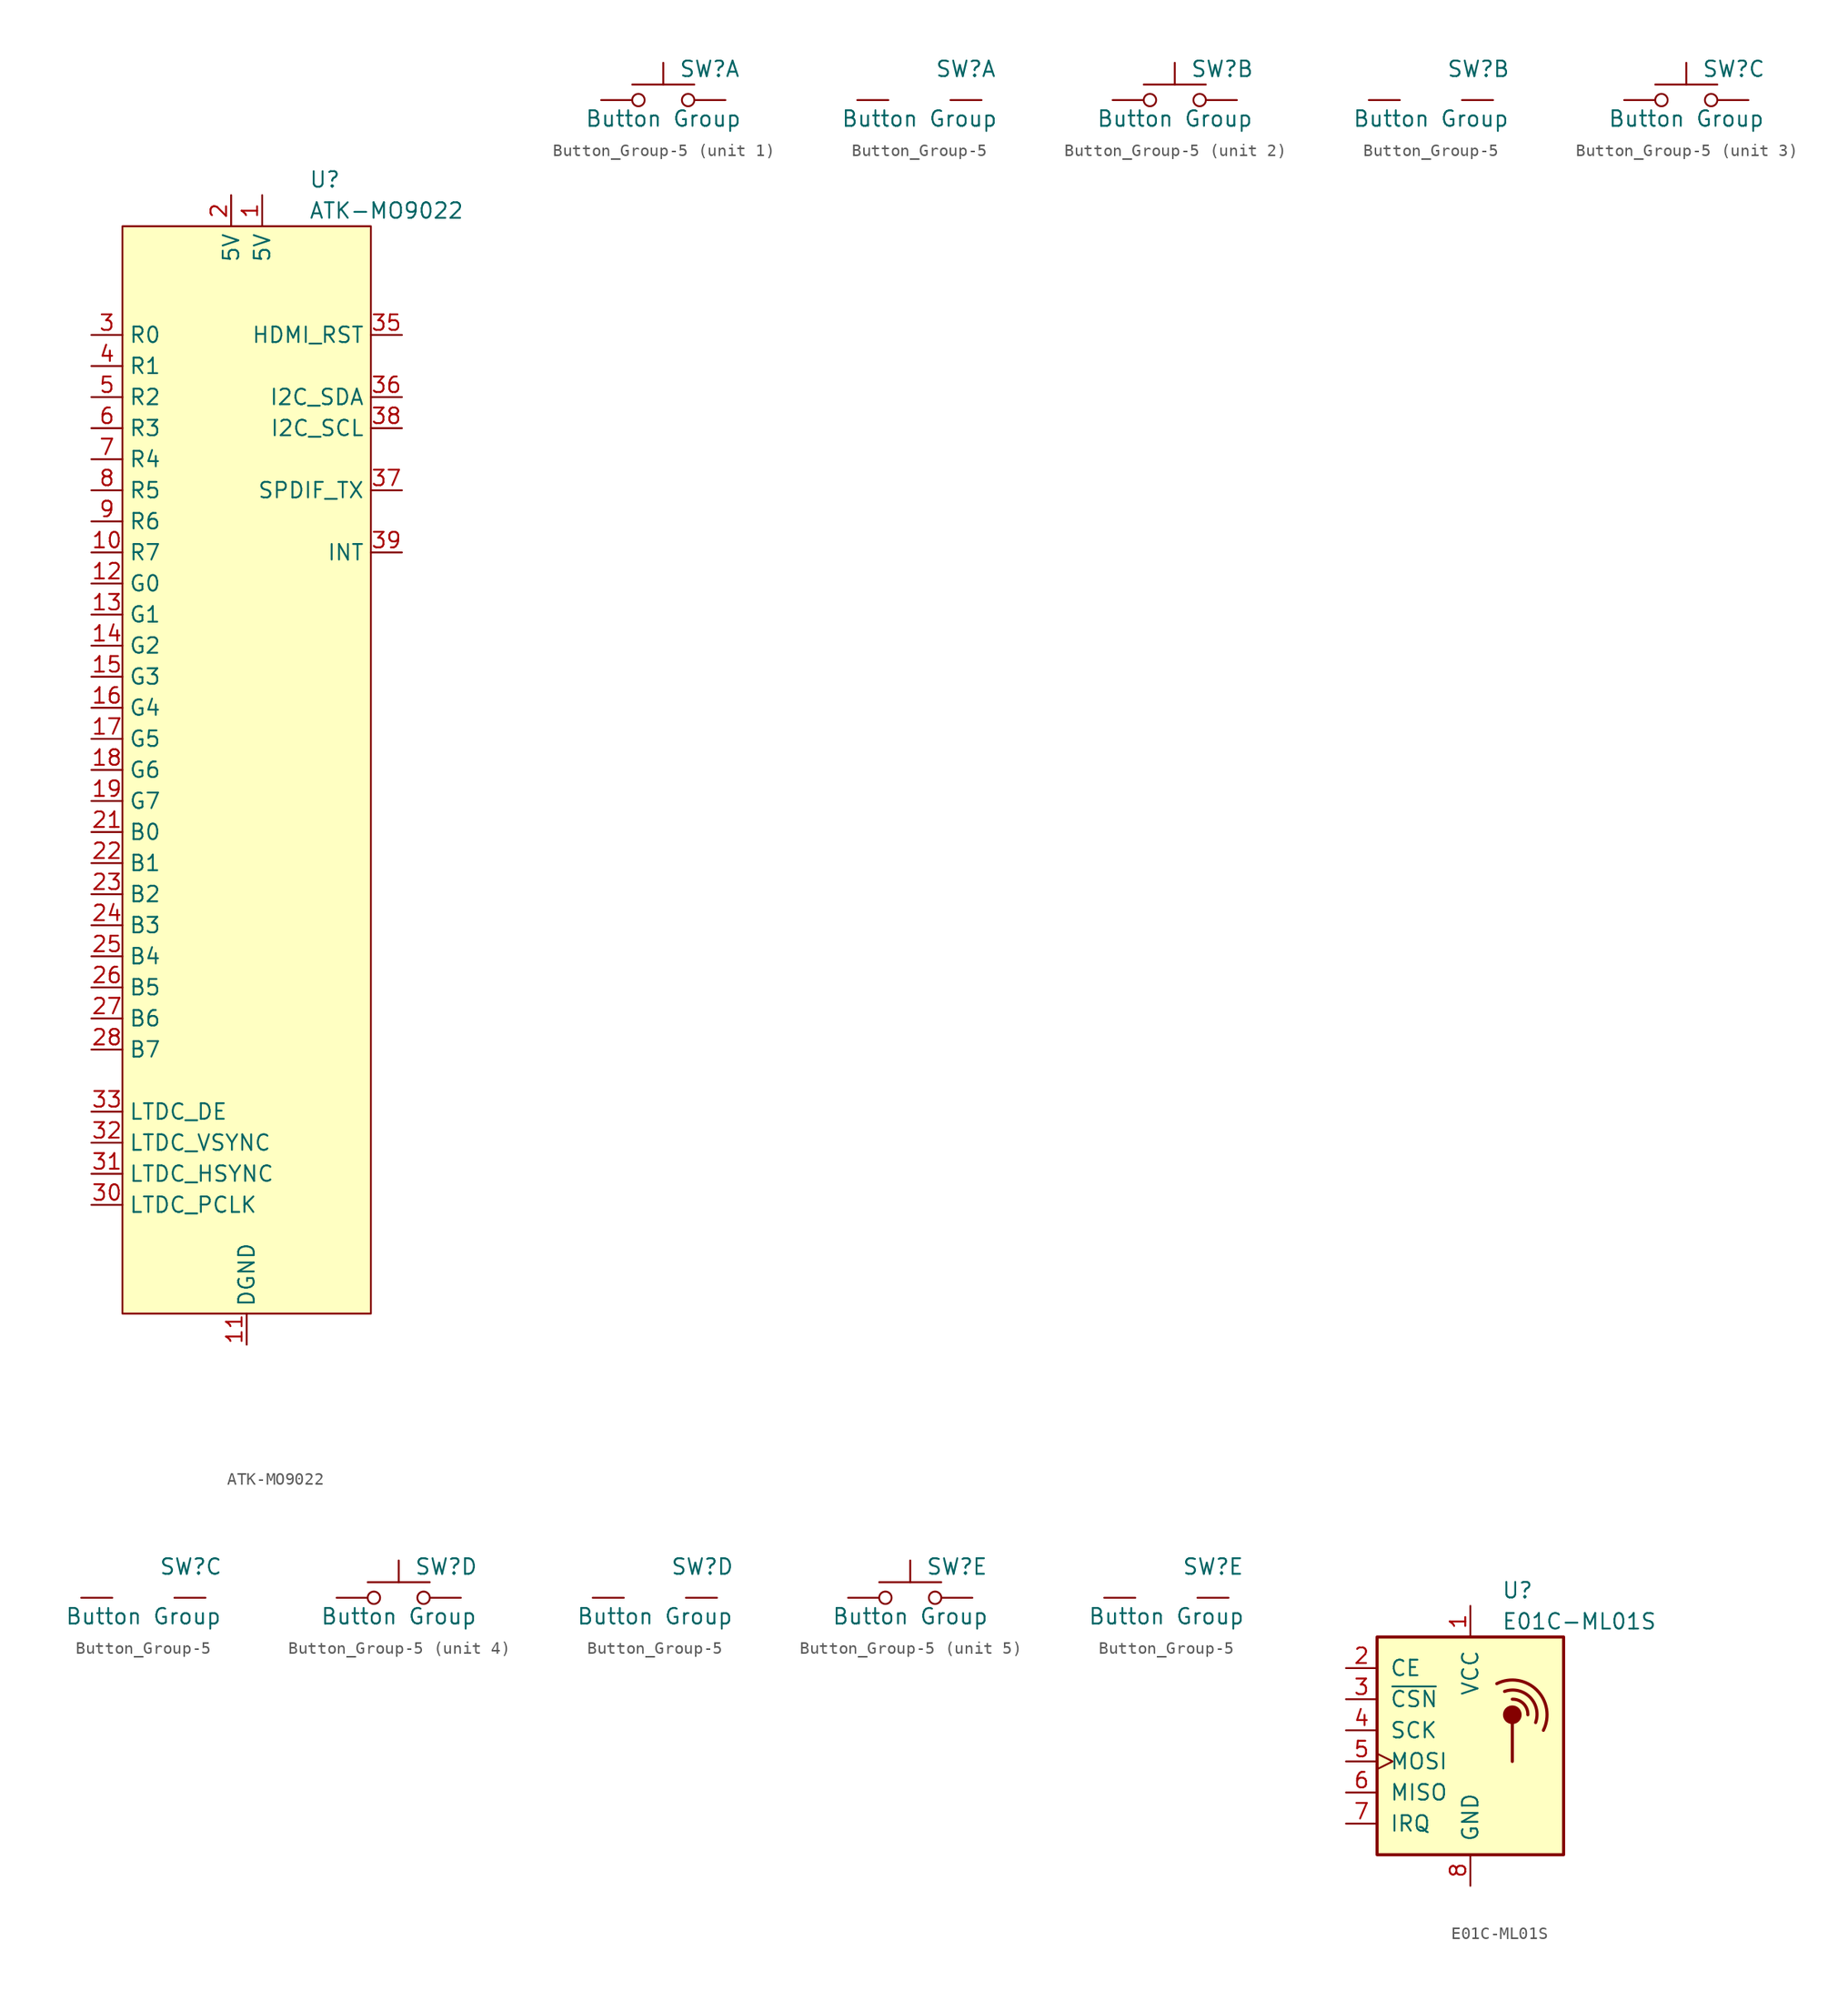
<source format=kicad_sym>
(kicad_symbol_lib
  (version 20241209)
  (generator "kicad_symbol_editor")
  (generator_version "9.0")
  (symbol "ATK-MO9022"
    (property "Reference" "U"
      (at 5.08 48.26 0)
      (effects (font (size 1.27 1.27)) (justify left)))
    (property "Value" "ATK-MO9022"
      (at 5.08 45.72 0)
      (effects (font (size 1.27 1.27)) (justify left)))
    (symbol "ATK-MO9022_0_1"
      (rectangle (start -10.16 44.45) (end 10.16 -44.45) (stroke (width 0) (type default)) (fill (type background))))
    (symbol "ATK-MO9022_1_1"
      (pin input line (at -12.7 35.56 0) (length 2.54) (name "R0" (effects (font (size 1.27 1.27)))) (number "3" (effects (font (size 1.27 1.27)))))
      (pin input line (at -12.7 33.02 0) (length 2.54) (name "R1" (effects (font (size 1.27 1.27)))) (number "4" (effects (font (size 1.27 1.27)))))
      (pin input line (at -12.7 30.48 0) (length 2.54) (name "R2" (effects (font (size 1.27 1.27)))) (number "5" (effects (font (size 1.27 1.27)))))
      (pin input line (at -12.7 27.94 0) (length 2.54) (name "R3" (effects (font (size 1.27 1.27)))) (number "6" (effects (font (size 1.27 1.27)))))
      (pin input line (at -12.7 25.4 0) (length 2.54) (name "R4" (effects (font (size 1.27 1.27)))) (number "7" (effects (font (size 1.27 1.27)))))
      (pin input line (at -12.7 22.86 0) (length 2.54) (name "R5" (effects (font (size 1.27 1.27)))) (number "8" (effects (font (size 1.27 1.27)))))
      (pin input line (at -12.7 20.32 0) (length 2.54) (name "R6" (effects (font (size 1.27 1.27)))) (number "9" (effects (font (size 1.27 1.27)))))
      (pin input line (at -12.7 17.78 0) (length 2.54) (name "R7" (effects (font (size 1.27 1.27)))) (number "10" (effects (font (size 1.27 1.27)))))
      (pin input line (at -12.7 15.24 0) (length 2.54) (name "G0" (effects (font (size 1.27 1.27)))) (number "12" (effects (font (size 1.27 1.27)))))
      (pin input line (at -12.7 12.7 0) (length 2.54) (name "G1" (effects (font (size 1.27 1.27)))) (number "13" (effects (font (size 1.27 1.27)))))
      (pin input line (at -12.7 10.16 0) (length 2.54) (name "G2" (effects (font (size 1.27 1.27)))) (number "14" (effects (font (size 1.27 1.27)))))
      (pin input line (at -12.7 7.62 0) (length 2.54) (name "G3" (effects (font (size 1.27 1.27)))) (number "15" (effects (font (size 1.27 1.27)))))
      (pin input line (at -12.7 5.08 0) (length 2.54) (name "G4" (effects (font (size 1.27 1.27)))) (number "16" (effects (font (size 1.27 1.27)))))
      (pin input line (at -12.7 2.54 0) (length 2.54) (name "G5" (effects (font (size 1.27 1.27)))) (number "17" (effects (font (size 1.27 1.27)))))
      (pin input line (at -12.7 0 0) (length 2.54) (name "G6" (effects (font (size 1.27 1.27)))) (number "18" (effects (font (size 1.27 1.27)))))
      (pin input line (at -12.7 -2.54 0) (length 2.54) (name "G7" (effects (font (size 1.27 1.27)))) (number "19" (effects (font (size 1.27 1.27)))))
      (pin input line (at -12.7 -5.08 0) (length 2.54) (name "B0" (effects (font (size 1.27 1.27)))) (number "21" (effects (font (size 1.27 1.27)))))
      (pin input line (at -12.7 -7.62 0) (length 2.54) (name "B1" (effects (font (size 1.27 1.27)))) (number "22" (effects (font (size 1.27 1.27)))))
      (pin input line (at -12.7 -10.16 0) (length 2.54) (name "B2" (effects (font (size 1.27 1.27)))) (number "23" (effects (font (size 1.27 1.27)))))
      (pin input line (at -12.7 -12.7 0) (length 2.54) (name "B3" (effects (font (size 1.27 1.27)))) (number "24" (effects (font (size 1.27 1.27)))))
      (pin input line (at -12.7 -15.24 0) (length 2.54) (name "B4" (effects (font (size 1.27 1.27)))) (number "25" (effects (font (size 1.27 1.27)))))
      (pin input line (at -12.7 -17.78 0) (length 2.54) (name "B5" (effects (font (size 1.27 1.27)))) (number "26" (effects (font (size 1.27 1.27)))))
      (pin input line (at -12.7 -20.32 0) (length 2.54) (name "B6" (effects (font (size 1.27 1.27)))) (number "27" (effects (font (size 1.27 1.27)))))
      (pin input line (at -12.7 -22.86 0) (length 2.54) (name "B7" (effects (font (size 1.27 1.27)))) (number "28" (effects (font (size 1.27 1.27)))))
      (pin input line (at -12.7 -27.94 0) (length 2.54) (name "LTDC_DE" (effects (font (size 1.27 1.27)))) (number "33" (effects (font (size 1.27 1.27)))))
      (pin input line (at -12.7 -30.48 0) (length 2.54) (name "LTDC_VSYNC" (effects (font (size 1.27 1.27)))) (number "32" (effects (font (size 1.27 1.27)))))
      (pin input line (at -12.7 -33.02 0) (length 2.54) (name "LTDC_HSYNC" (effects (font (size 1.27 1.27)))) (number "31" (effects (font (size 1.27 1.27)))))
      (pin input line (at -12.7 -35.56 0) (length 2.54) (name "LTDC_PCLK" (effects (font (size 1.27 1.27)))) (number "30" (effects (font (size 1.27 1.27)))))
      (pin power_in line (at -1.27 46.99 270) (length 2.54) (name "5V" (effects (font (size 1.27 1.27)))) (number "2" (effects (font (size 1.27 1.27)))))
      (pin power_in line (at 0 -46.99 90) (length 2.54) (name "DGND" (effects (font (size 1.27 1.27)))) (number "11" (effects (font (size 1.27 1.27)))))
      (pin power_in line (at 0 -46.99 90) (length 2.54) (hide yes) (name "DGND" (effects (font (size 1.27 1.27)))) (number "20" (effects (font (size 1.27 1.27)))))
      (pin power_in line (at 0 -46.99 90) (length 2.54) (hide yes) (name "DGND" (effects (font (size 1.27 1.27)))) (number "29" (effects (font (size 1.27 1.27)))))
      (pin power_in line (at 1.27 46.99 270) (length 2.54) (name "5V" (effects (font (size 1.27 1.27)))) (number "1" (effects (font (size 1.27 1.27)))))
      (pin input line (at 12.7 35.56 180) (length 2.54) (name "HDMI_RST" (effects (font (size 1.27 1.27)))) (number "35" (effects (font (size 1.27 1.27)))))
      (pin bidirectional line (at 12.7 30.48 180) (length 2.54) (name "I2C_SDA" (effects (font (size 1.27 1.27)))) (number "36" (effects (font (size 1.27 1.27)))))
      (pin bidirectional line (at 12.7 27.94 180) (length 2.54) (name "I2C_SCL" (effects (font (size 1.27 1.27)))) (number "38" (effects (font (size 1.27 1.27)))))
      (pin input line (at 12.7 22.86 180) (length 2.54) (name "SPDIF_TX" (effects (font (size 1.27 1.27)))) (number "37" (effects (font (size 1.27 1.27)))))
      (pin output line (at 12.7 17.78 180) (length 2.54) (name "INT" (effects (font (size 1.27 1.27)))) (number "39" (effects (font (size 1.27 1.27)))))
      (pin no_connect line (at 12.7 -10.16 180) (length 2.54) (hide yes) (name "NC" (effects (font (size 1.27 1.27)))) (number "34" (effects (font (size 1.27 1.27)))))
      (pin no_connect line (at 12.7 -12.7 180) (length 2.54) (hide yes) (name "NC" (effects (font (size 1.27 1.27)))) (number "40" (effects (font (size 1.27 1.27)))))))
  (symbol "Button_Group-5"
    (pin_numbers
      (hide yes))
    (pin_names
      (offset 1.016)
      (hide yes))
    (property "Reference" "SW"
      (at 1.27 2.54 0)
      (effects (font (size 1.27 1.27)) (justify left)))
    (property "Value" "Button Group"
      (at 0 -1.524 0)
      (effects (font (size 1.27 1.27))))
    (symbol "Button_Group-5_0_1"
      (circle (center -2.032 0) (radius 0.508) (stroke (width 0) (type default)) (fill (type none)))
      (polyline (pts (xy 0 1.27) (xy 0 3.048)) (stroke (width 0) (type default)) (fill (type none)))
      (circle (center 2.032 0) (radius 0.508) (stroke (width 0) (type default)) (fill (type none)))
      (polyline (pts (xy 2.54 1.27) (xy -2.54 1.27)) (stroke (width 0) (type default)) (fill (type none))))
    (symbol "Button_Group-5_0_2"
      (pin passive line (at -5.08 0 0) (length 2.54) (name "9" (effects (font (size 1.27 1.27)))) (number "9" (effects (font (size 1.27 1.27)))))
      (pin passive line (at 5.08 0 180) (length 2.54) (name "10" (effects (font (size 1.27 1.27)))) (number "10" (effects (font (size 1.27 1.27))))))
    (symbol "Button_Group-5_1_1"
      (pin passive line (at -5.08 0 0) (length 2.54) (name "1" (effects (font (size 1.27 1.27)))) (number "1" (effects (font (size 1.27 1.27)))))
      (pin passive line (at 5.08 0 180) (length 2.54) (name "2" (effects (font (size 1.27 1.27)))) (number "2" (effects (font (size 1.27 1.27))))))
    (symbol "Button_Group-5_2_1"
      (pin passive line (at -5.08 0 0) (length 2.54) (name "3" (effects (font (size 1.27 1.27)))) (number "3" (effects (font (size 1.27 1.27)))))
      (pin passive line (at 5.08 0 180) (length 2.54) (name "4" (effects (font (size 1.27 1.27)))) (number "4" (effects (font (size 1.27 1.27))))))
    (symbol "Button_Group-5_3_1"
      (pin passive line (at -5.08 0 0) (length 2.54) (name "5" (effects (font (size 1.27 1.27)))) (number "5" (effects (font (size 1.27 1.27)))))
      (pin passive line (at 5.08 0 180) (length 2.54) (name "6" (effects (font (size 1.27 1.27)))) (number "6" (effects (font (size 1.27 1.27))))))
    (symbol "Button_Group-5_4_1"
      (pin passive line (at -5.08 0 0) (length 2.54) (name "7" (effects (font (size 1.27 1.27)))) (number "7" (effects (font (size 1.27 1.27)))))
      (pin passive line (at 5.08 0 180) (length 2.54) (name "8" (effects (font (size 1.27 1.27)))) (number "8" (effects (font (size 1.27 1.27))))))
    (symbol "Button_Group-5_5_1"
      (pin passive line (at -5.08 0 0) (length 2.54) (name "9" (effects (font (size 1.27 1.27)))) (number "9" (effects (font (size 1.27 1.27)))))
      (pin passive line (at 5.08 0 180) (length 2.54) (name "10" (effects (font (size 1.27 1.27)))) (number "10" (effects (font (size 1.27 1.27)))))))
  (symbol "E01C-ML01S"
    (pin_names
      (offset 1.016))
    (property "Reference" "U"
      (at 2.54 11.43 0)
      (effects (font (size 1.27 1.27)) (justify left)))
    (property "Value" "E01C-ML01S"
      (at 2.54 8.89 0)
      (effects (font (size 1.27 1.27)) (justify left)))
    (symbol "E01C-ML01S_0_1"
      (rectangle (start -7.62 7.62) (end 7.62 -10.16) (stroke (width 0.254) (type default)) (fill (type background)))
      (arc (start 2.159 3.81) (mid 5.437 3.278) (end 5.969 0) (stroke (width 0.254) (type default)) (fill (type none)))
      (circle (center 3.429 1.27) (radius 0.635) (stroke (width 0.254) (type default)) (fill (type outline)))
      (polyline (pts (xy 3.429 0.635) (xy 3.429 -2.54)) (stroke (width 0.254) (type default)) (fill (type none)))
      (arc (start 2.794 3.175) (mid 4.8675 2.7085) (end 5.334 0.635) (stroke (width 0.254) (type default)) (fill (type none)))
      (arc (start 3.429 2.54) (mid 4.3398 2.1808) (end 4.699 1.27) (stroke (width 0.254) (type default)) (fill (type none))))
    (symbol "E01C-ML01S_1_1"
      (pin input line (at -10.16 5.08 0) (length 2.54) (name "CE" (effects (font (size 1.27 1.27)))) (number "2" (effects (font (size 1.27 1.27)))))
      (pin input line (at -10.16 2.54 0) (length 2.54) (name "~{CSN}" (effects (font (size 1.27 1.27)))) (number "3" (effects (font (size 1.27 1.27)))))
      (pin input line (at -10.16 0 0) (length 2.54) (name "SCK" (effects (font (size 1.27 1.27)))) (number "4" (effects (font (size 1.27 1.27)))))
      (pin input clock (at -10.16 -2.54 0) (length 2.54) (name "MOSI" (effects (font (size 1.27 1.27)))) (number "5" (effects (font (size 1.27 1.27)))))
      (pin output line (at -10.16 -5.08 0) (length 2.54) (name "MISO" (effects (font (size 1.27 1.27)))) (number "6" (effects (font (size 1.27 1.27)))))
      (pin output line (at -10.16 -7.62 0) (length 2.54) (name "IRQ" (effects (font (size 1.27 1.27)))) (number "7" (effects (font (size 1.27 1.27)))))
      (pin power_in line (at 0 10.16 270) (length 2.54) (name "VCC" (effects (font (size 1.27 1.27)))) (number "1" (effects (font (size 1.27 1.27)))))
      (pin power_in line (at 0 -12.7 90) (length 2.54) (name "GND" (effects (font (size 1.27 1.27)))) (number "8" (effects (font (size 1.27 1.27))))))))
</source>
